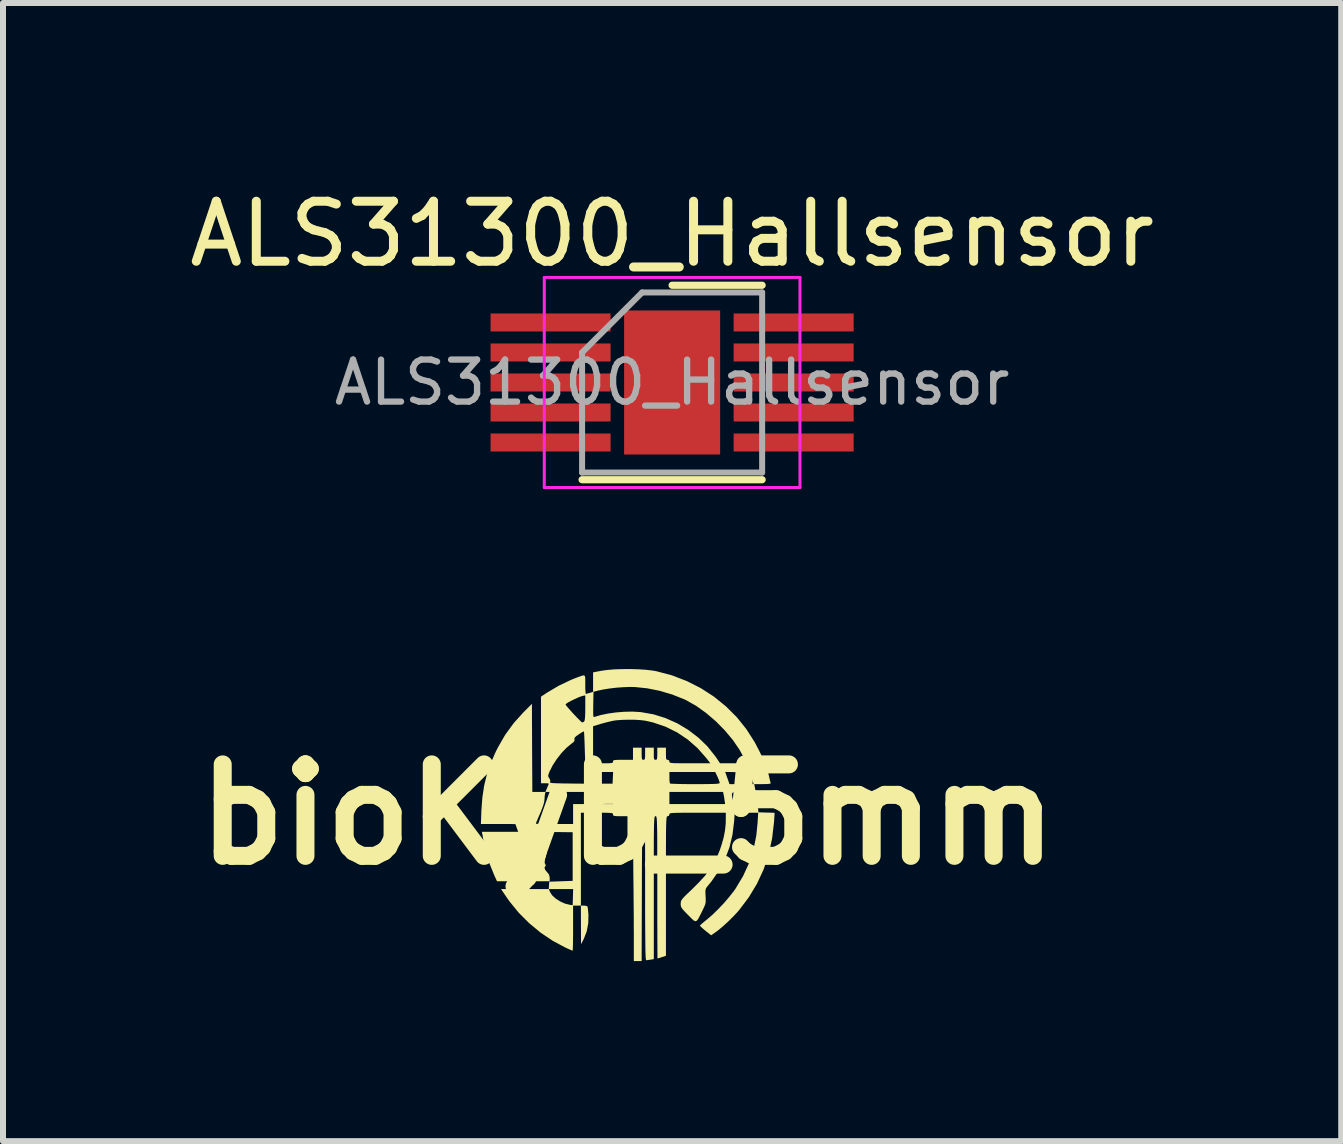
<source format=kicad_pcb>
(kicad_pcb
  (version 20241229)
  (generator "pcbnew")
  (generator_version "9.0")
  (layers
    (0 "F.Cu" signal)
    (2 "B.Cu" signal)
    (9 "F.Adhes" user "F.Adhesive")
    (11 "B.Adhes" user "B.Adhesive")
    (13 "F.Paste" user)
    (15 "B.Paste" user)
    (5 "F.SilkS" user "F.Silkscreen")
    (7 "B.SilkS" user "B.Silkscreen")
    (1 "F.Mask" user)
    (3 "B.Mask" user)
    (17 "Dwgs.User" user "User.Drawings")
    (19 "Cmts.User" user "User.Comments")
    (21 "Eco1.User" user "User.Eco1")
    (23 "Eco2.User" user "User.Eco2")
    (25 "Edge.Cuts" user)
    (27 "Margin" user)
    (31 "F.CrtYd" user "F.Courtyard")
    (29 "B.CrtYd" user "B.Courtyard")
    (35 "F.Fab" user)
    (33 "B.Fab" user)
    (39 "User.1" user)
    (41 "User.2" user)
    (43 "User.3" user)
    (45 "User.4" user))
  (footprint "bioKyb_5mm"
    (layer "F.Cu")
    (at 7.41 10.521)
    (property "Reference" "bioKyb_5mm" (at 0 0 0) (layer "F.SilkS") (effects (font (size 1.524 1.524) (thickness 0.3))))
    (attr board_only exclude_from_pos_files exclude_from_bom)
    (fp_poly (pts (xy -0.695 1.522) (xy -0.673 1.531) (xy -0.672 1.532) (xy -0.667 1.552) (xy -0.662 1.594) (xy -0.657 1.648) (xy -0.655 1.667) (xy -0.658 1.81) (xy -0.684 1.948) (xy -0.733 2.074) (xy -0.737 2.082) (xy -0.779 2.161) (xy -0.781 1.518) (xy -0.731 1.518)) (stroke (width 0) (type solid)) (fill yes) (layer "F.SilkS"))
    (fp_poly (pts (xy 0.178 -2.419) (xy 0.304 -2.411) (xy 0.413 -2.398) (xy 0.477 -2.387) (xy 0.737 -2.318) (xy 0.984 -2.223) (xy 1.217 -2.105) (xy 1.434 -1.965) (xy 1.634 -1.803) (xy 1.816 -1.622) (xy 1.977 -1.421) (xy 2.116 -1.203) (xy 2.189 -1.063) (xy 2.228 -0.983) (xy 2.255 -0.927) (xy 2.268 -0.889) (xy 2.268 -0.867) (xy 2.253 -0.856) (xy 2.222 -0.852) (xy 2.175 -0.853) (xy 2.139 -0.853) (xy 2.079 -0.852) (xy 2.03 -0.849) (xy 2.001 -0.846) (xy 1.995 -0.843) (xy 2 -0.824) (xy 2.012 -0.789) (xy 2.019 -0.77) (xy 2.042 -0.708) (xy 2.337 -0.708) (xy 2.356 -0.625) (xy 2.367 -0.577) (xy 2.377 -0.539) (xy 2.381 -0.524) (xy 2.378 -0.515) (xy 2.355 -0.51) (xy 2.311 -0.507) (xy 2.248 -0.506) (xy 2.107 -0.506) (xy 2.116 -0.461) (xy 2.123 -0.423) (xy 2.125 -0.396) (xy 2.131 -0.386) (xy 2.153 -0.38) (xy 2.195 -0.377) (xy 2.261 -0.376) (xy 2.268 -0.376) (xy 2.41 -0.376) (xy 2.419 -0.309) (xy 2.428 -0.246) (xy 2.429 -0.207) (xy 2.419 -0.185) (xy 2.392 -0.176) (xy 2.344 -0.173) (xy 2.298 -0.173) (xy 2.167 -0.173) (xy 2.171 -0.105) (xy 2.176 -0.036) (xy 2.311 -0.032) (xy 2.447 -0.028) (xy 2.437 0.127) (xy 2.405 0.4) (xy 2.348 0.663) (xy 2.264 0.914) (xy 2.154 1.152) (xy 2.018 1.378) (xy 1.858 1.59) (xy 1.83 1.623) (xy 1.755 1.703) (xy 1.671 1.786) (xy 1.585 1.864) (xy 1.504 1.932) (xy 1.442 1.977) (xy 1.389 2.013) (xy 1.294 1.937) (xy 1.251 1.901) (xy 1.219 1.872) (xy 1.204 1.854) (xy 1.203 1.851) (xy 1.215 1.837) (xy 1.245 1.811) (xy 1.288 1.775) (xy 1.318 1.751) (xy 1.41 1.672) (xy 1.507 1.577) (xy 1.604 1.475) (xy 1.693 1.371) (xy 1.769 1.274) (xy 1.795 1.237) (xy 1.922 1.025) (xy 2.022 0.808) (xy 2.095 0.584) (xy 2.142 0.349) (xy 2.163 0.137) (xy 2.173 -0.029) (xy 1.782 -0.029) (xy 1.773 0.108) (xy 1.745 0.336) (xy 1.695 0.547) (xy 1.62 0.746) (xy 1.52 0.934) (xy 1.393 1.117) (xy 1.329 1.195) (xy 1.31 1.219) (xy 1.299 1.242) (xy 1.294 1.271) (xy 1.294 1.316) (xy 1.297 1.361) (xy 1.299 1.417) (xy 1.298 1.458) (xy 1.292 1.493) (xy 1.277 1.532) (xy 1.253 1.583) (xy 1.239 1.612) (xy 1.201 1.688) (xy 1.173 1.741) (xy 1.149 1.771) (xy 1.127 1.779) (xy 1.1 1.767) (xy 1.065 1.736) (xy 1.017 1.687) (xy 1.005 1.675) (xy 0.953 1.622) (xy 0.918 1.584) (xy 0.897 1.555) (xy 0.886 1.531) (xy 0.882 1.507) (xy 0.882 1.488) (xy 0.883 1.465) (xy 0.887 1.445) (xy 0.897 1.424) (xy 0.917 1.398) (xy 0.948 1.364) (xy 0.995 1.318) (xy 1.06 1.257) (xy 1.064 1.253) (xy 1.184 1.133) (xy 1.284 1.024) (xy 1.365 0.921) (xy 1.432 0.817) (xy 1.487 0.709) (xy 1.534 0.592) (xy 1.559 0.518) (xy 1.597 0.387) (xy 1.62 0.268) (xy 1.632 0.153) (xy 1.633 0.083) (xy 1.634 -0.029) (xy 1.164 -0.029) (xy 1.035 -0.029) (xy 0.932 -0.029) (xy 0.852 -0.028) (xy 0.793 -0.027) (xy 0.75 -0.025) (xy 0.722 -0.022) (xy 0.705 -0.018) (xy 0.697 -0.012) (xy 0.694 -0.005) (xy 0.694 0) (xy 0.684 0.024) (xy 0.665 0.029) (xy 0.66 0.029) (xy 0.655 0.032) (xy 0.651 0.038) (xy 0.648 0.051) (xy 0.645 0.071) (xy 0.643 0.1) (xy 0.641 0.141) (xy 0.639 0.196) (xy 0.638 0.265) (xy 0.637 0.351) (xy 0.637 0.457) (xy 0.636 0.583) (xy 0.636 0.731) (xy 0.636 0.904) (xy 0.636 1.103) (xy 0.636 1.191) (xy 0.636 2.354) (xy 0.568 2.377) (xy 0.529 2.39) (xy 0.502 2.398) (xy 0.496 2.4) (xy 0.495 2.386) (xy 0.495 2.345) (xy 0.494 2.279) (xy 0.494 2.191) (xy 0.493 2.083) (xy 0.493 1.956) (xy 0.492 1.814) (xy 0.492 1.657) (xy 0.492 1.488) (xy 0.492 1.31) (xy 0.492 1.214) (xy 0.492 1.002) (xy 0.491 0.816) (xy 0.491 0.656) (xy 0.491 0.519) (xy 0.491 0.404) (xy 0.49 0.308) (xy 0.489 0.23) (xy 0.487 0.168) (xy 0.486 0.121) (xy 0.484 0.085) (xy 0.481 0.06) (xy 0.478 0.044) (xy 0.475 0.035) (xy 0.47 0.03) (xy 0.466 0.029) (xy 0.463 0.029) (xy 0.457 0.029) (xy 0.453 0.032) (xy 0.449 0.038) (xy 0.446 0.05) (xy 0.443 0.07) (xy 0.441 0.099) (xy 0.439 0.14) (xy 0.437 0.193) (xy 0.436 0.262) (xy 0.435 0.347) (xy 0.434 0.451) (xy 0.434 0.576) (xy 0.434 0.722) (xy 0.434 0.893) (xy 0.434 1.09) (xy 0.434 1.22) (xy 0.434 2.41) (xy 0.379 2.419) (xy 0.339 2.425) (xy 0.31 2.428) (xy 0.307 2.429) (xy 0.304 2.423) (xy 0.301 2.406) (xy 0.298 2.375) (xy 0.296 2.33) (xy 0.294 2.268) (xy 0.293 2.188) (xy 0.292 2.088) (xy 0.291 1.968) (xy 0.29 1.824) (xy 0.289 1.657) (xy 0.289 1.464) (xy 0.289 1.243) (xy 0.289 1.228) (xy 0.289 1.013) (xy 0.289 0.826) (xy 0.289 0.664) (xy 0.288 0.525) (xy 0.288 0.409) (xy 0.287 0.311) (xy 0.286 0.232) (xy 0.285 0.17) (xy 0.283 0.121) (xy 0.281 0.085) (xy 0.278 0.06) (xy 0.275 0.044) (xy 0.272 0.035) (xy 0.268 0.032) (xy 0.264 0.032) (xy 0.259 0.034) (xy 0.255 0.04) (xy 0.252 0.051) (xy 0.249 0.069) (xy 0.246 0.097) (xy 0.244 0.135) (xy 0.242 0.187) (xy 0.241 0.253) (xy 0.24 0.335) (xy 0.239 0.435) (xy 0.238 0.556) (xy 0.237 0.698) (xy 0.236 0.865) (xy 0.235 1.056) (xy 0.235 1.24) (xy 0.231 2.443) (xy 0.101 2.443) (xy 0.101 2.062) (xy 0.101 1.973) (xy 0.1 1.86) (xy 0.1 1.726) (xy 0.099 1.576) (xy 0.097 1.415) (xy 0.096 1.247) (xy 0.094 1.077) (xy 0.092 0.909) (xy 0.092 0.855) (xy 0.082 0.029) (xy -0.082 0.029) (xy -0.153 0.029) (xy -0.2 0.027) (xy -0.227 0.023) (xy -0.241 0.017) (xy -0.245 0.007) (xy -0.246 0) (xy -0.247 -0.01) (xy -0.253 -0.018) (xy -0.268 -0.023) (xy -0.296 -0.026) (xy -0.34 -0.028) (xy -0.405 -0.029) (xy -0.495 -0.029) (xy -0.513 -0.029) (xy -0.781 -0.029) (xy -0.781 1.518) (xy -0.911 1.518) (xy -0.911 1.894) (xy -0.911 1.995) (xy -0.912 2.085) (xy -0.913 2.162) (xy -0.915 2.221) (xy -0.917 2.258) (xy -0.919 2.27) (xy -0.935 2.264) (xy -0.97 2.249) (xy -1.019 2.227) (xy -1.035 2.22) (xy -1.247 2.107) (xy -1.451 1.97) (xy -1.643 1.811) (xy -1.818 1.636) (xy -1.971 1.448) (xy -2.01 1.393) (xy -2.112 1.243) (xy -1.317 1.243) (xy -1.316 1.243) (xy -1.296 1.291) (xy -1.26 1.347) (xy -1.202 1.4) (xy -1.13 1.447) (xy -1.05 1.484) (xy -0.97 1.504) (xy -0.961 1.506) (xy -0.918 1.511) (xy -0.914 1.377) (xy -0.91 1.243) (xy -1.316 1.243) (xy -1.317 1.243) (xy -1.308 1.12) (xy -1.113 1.113) (xy -0.918 1.106) (xy -0.918 0.296) (xy -1.26 0.292) (xy -1.601 0.289) (xy -1.61 0.321) (xy -1.619 0.384) (xy -1.611 0.436) (xy -1.592 0.468) (xy -1.565 0.485) (xy -1.52 0.505) (xy -1.467 0.525) (xy -1.404 0.548) (xy -1.366 0.571) (xy -1.348 0.598) (xy -1.349 0.635) (xy -1.357 0.668) (xy -1.376 0.736) (xy -1.384 0.783) (xy -1.383 0.813) (xy -1.374 0.83) (xy -1.366 0.852) (xy -1.373 0.86) (xy -1.387 0.883) (xy -1.379 0.917) (xy -1.349 0.957) (xy -1.344 0.961) (xy -1.313 1) (xy -1.302 1.043) (xy -1.301 1.058) (xy -1.301 1.113) (xy -2.179 1.113) (xy -2.223 1.016) (xy -2.306 0.812) (xy -2.369 0.606) (xy -2.406 0.426) (xy -2.414 0.378) (xy -2.422 0.334) (xy -2.423 0.329) (xy -2.431 0.289) (xy -1.605 0.289) (xy -1.577 0.233) (xy -1.561 0.197) (xy -1.556 0.173) (xy -1.557 0.168) (xy -1.573 0.166) (xy -1.615 0.164) (xy -1.678 0.162) (xy -1.759 0.161) (xy -1.855 0.16) (xy -1.962 0.159) (xy -2.007 0.159) (xy -2.448 0.159) (xy -2.447 0.153) (xy -1.532 0.153) (xy -1.519 0.155) (xy -1.48 0.156) (xy -1.421 0.158) (xy -1.346 0.159) (xy -1.258 0.159) (xy -1.222 0.159) (xy -0.911 0.159) (xy -0.911 -0.173) (xy -0.246 -0.173) (xy 0.694 -0.173) (xy 1.622 -0.173) (xy 1.612 -0.242) (xy 1.605 -0.291) (xy 1.597 -0.332) (xy 1.734 -0.332) (xy 1.74 -0.295) (xy 1.75 -0.246) (xy 1.766 -0.173) (xy 2.158 -0.173) (xy 2.148 -0.263) (xy 2.141 -0.312) (xy 2.135 -0.349) (xy 2.13 -0.365) (xy 2.114 -0.369) (xy 2.075 -0.372) (xy 2.017 -0.375) (xy 1.947 -0.376) (xy 1.929 -0.376) (xy 1.848 -0.376) (xy 1.791 -0.374) (xy 1.756 -0.368) (xy 1.739 -0.355) (xy 1.734 -0.332) (xy 1.597 -0.332) (xy 1.597 -0.332) (xy 1.595 -0.343) (xy 1.587 -0.376) (xy 0.694 -0.376) (xy 0.694 -0.173) (xy -0.246 -0.173) (xy -0.246 -0.376) (xy -1.37 -0.376) (xy -1.379 -0.343) (xy -1.384 -0.308) (xy -1.387 -0.261) (xy -1.388 -0.248) (xy -1.394 -0.2) (xy -1.414 -0.135) (xy -1.447 -0.049) (xy -1.46 -0.019) (xy -1.488 0.045) (xy -1.51 0.098) (xy -1.526 0.136) (xy -1.532 0.153) (xy -1.532 0.153) (xy -2.447 0.153) (xy -2.439 -0.061) (xy -2.423 -0.281) (xy -2.393 -0.481) (xy -2.347 -0.671) (xy -2.283 -0.856) (xy -2.2 -1.045) (xy -2.166 -1.113) (xy -2.042 -1.328) (xy -1.899 -1.524) (xy -1.742 -1.698) (xy -1.597 -1.843) (xy -1.594 -1.11) (xy -1.59 -0.376) (xy -1.372 -0.376) (xy -1.344 -0.442) (xy -1.328 -0.481) (xy -1.317 -0.508) (xy -1.316 -0.514) (xy -1.328 -0.518) (xy -1.361 -0.52) (xy -1.381 -0.52) (xy -1.446 -0.52) (xy -1.446 -0.635) (xy -1.326 -0.635) (xy -1.317 -0.617) (xy -1.309 -0.608) (xy -1.292 -0.572) (xy -1.293 -0.551) (xy -1.296 -0.54) (xy -1.293 -0.533) (xy -1.281 -0.527) (xy -1.256 -0.523) (xy -1.215 -0.521) (xy -1.154 -0.519) (xy -1.069 -0.517) (xy -1.031 -0.517) (xy -0.92 -0.515) (xy -0.796 -0.514) (xy -0.67 -0.513) (xy -0.555 -0.513) (xy -0.506 -0.513) (xy -0.253 -0.513) (xy -0.249 -0.611) (xy -0.248 -0.617) (xy 0.694 -0.617) (xy 0.695 -0.568) (xy 0.699 -0.531) (xy 0.704 -0.516) (xy 0.72 -0.513) (xy 0.762 -0.511) (xy 0.825 -0.509) (xy 0.905 -0.507) (xy 1 -0.506) (xy 1.104 -0.506) (xy 1.123 -0.506) (xy 1.244 -0.506) (xy 1.339 -0.507) (xy 1.412 -0.508) (xy 1.464 -0.51) (xy 1.499 -0.513) (xy 1.52 -0.517) (xy 1.53 -0.522) (xy 1.532 -0.527) (xy 1.526 -0.551) (xy 1.511 -0.591) (xy 1.495 -0.628) (xy 1.457 -0.708) (xy 0.694 -0.708) (xy 0.694 -0.617) (xy -0.248 -0.617) (xy -0.244 -0.708) (xy -0.704 -0.708) (xy -0.704 -0.709) (xy 1.623 -0.709) (xy 1.659 -0.608) (xy 1.695 -0.506) (xy 2.097 -0.506) (xy 2.087 -0.543) (xy 2.077 -0.581) (xy 2.064 -0.629) (xy 2.06 -0.641) (xy 2.042 -0.701) (xy 1.833 -0.705) (xy 1.623 -0.709) (xy -0.704 -0.709) (xy -0.709 -0.853) (xy -0.578 -0.853) (xy -0.412 -0.853) (xy -0.341 -0.853) (xy -0.293 -0.855) (xy -0.265 -0.858) (xy -0.251 -0.865) (xy -0.246 -0.875) (xy -0.246 -0.882) (xy -0.244 -0.894) (xy -0.235 -0.903) (xy -0.215 -0.907) (xy -0.178 -0.91) (xy -0.12 -0.911) (xy -0.08 -0.911) (xy 0.087 -0.911) (xy 0.087 -1.113) (xy 0.231 -1.113) (xy 0.231 -1.012) (xy 0.232 -0.959) (xy 0.236 -0.928) (xy 0.244 -0.914) (xy 0.258 -0.911) (xy 0.26 -0.911) (xy 0.275 -0.913) (xy 0.284 -0.926) (xy 0.288 -0.954) (xy 0.289 -1.004) (xy 0.289 -1.012) (xy 0.289 -1.113) (xy 0.434 -1.113) (xy 0.434 -1.012) (xy 0.434 -0.959) (xy 0.438 -0.928) (xy 0.446 -0.914) (xy 0.46 -0.911) (xy 0.463 -0.911) (xy 0.478 -0.913) (xy 0.487 -0.926) (xy 0.49 -0.954) (xy 0.492 -1.004) (xy 0.492 -1.012) (xy 0.492 -1.113) (xy 0.636 -1.113) (xy 0.636 -1.012) (xy 0.637 -0.959) (xy 0.64 -0.928) (xy 0.648 -0.914) (xy 0.663 -0.911) (xy 0.665 -0.911) (xy 0.689 -0.901) (xy 0.694 -0.882) (xy 0.695 -0.873) (xy 0.7 -0.866) (xy 0.713 -0.861) (xy 0.737 -0.857) (xy 0.776 -0.855) (xy 0.833 -0.854) (xy 0.912 -0.853) (xy 1.015 -0.853) (xy 1.034 -0.853) (xy 1.375 -0.853) (xy 1.306 -0.943) (xy 1.162 -1.106) (xy 1 -1.248) (xy 0.821 -1.368) (xy 0.628 -1.463) (xy 0.422 -1.533) (xy 0.289 -1.563) (xy 0.216 -1.572) (xy 0.123 -1.578) (xy 0.021 -1.579) (xy -0.08 -1.577) (xy -0.172 -1.571) (xy -0.231 -1.564) (xy -0.291 -1.551) (xy -0.364 -1.533) (xy -0.437 -1.513) (xy -0.452 -1.509) (xy -0.578 -1.47) (xy -0.578 -0.853) (xy -0.709 -0.853) (xy -0.715 -1.044) (xy -0.718 -1.14) (xy -0.721 -1.225) (xy -0.724 -1.296) (xy -0.727 -1.349) (xy -0.729 -1.379) (xy -0.73 -1.385) (xy -0.743 -1.38) (xy -0.774 -1.363) (xy -0.815 -1.336) (xy -0.815 -1.336) (xy -0.859 -1.305) (xy -0.883 -1.282) (xy -0.889 -1.263) (xy -0.888 -1.251) (xy -0.888 -1.227) (xy -0.906 -1.204) (xy -0.939 -1.179) (xy -1.021 -1.111) (xy -1.105 -1.023) (xy -1.184 -0.922) (xy -1.252 -0.817) (xy -1.303 -0.716) (xy -1.311 -0.697) (xy -1.324 -0.658) (xy -1.326 -0.635) (xy -1.446 -0.635) (xy -1.446 -1.832) (xy -1.037 -1.832) (xy -1.025 -1.814) (xy -0.998 -1.781) (xy -0.96 -1.738) (xy -0.916 -1.689) (xy -0.87 -1.64) (xy -0.826 -1.595) (xy -0.79 -1.559) (xy -0.766 -1.537) (xy -0.758 -1.533) (xy -0.736 -1.542) (xy -0.726 -1.55) (xy -0.718 -1.571) (xy -0.712 -1.617) (xy -0.709 -1.689) (xy -0.576 -1.689) (xy -0.575 -1.652) (xy -0.571 -1.632) (xy -0.565 -1.624) (xy -0.556 -1.625) (xy -0.553 -1.626) (xy -0.453 -1.656) (xy -0.333 -1.681) (xy -0.199 -1.7) (xy -0.06 -1.711) (xy 0.076 -1.714) (xy 0.202 -1.707) (xy 0.221 -1.705) (xy 0.427 -1.669) (xy 0.629 -1.606) (xy 0.824 -1.519) (xy 1.007 -1.41) (xy 1.176 -1.281) (xy 1.327 -1.135) (xy 1.456 -0.973) (xy 1.472 -0.951) (xy 1.537 -0.853) (xy 1.98 -0.853) (xy 1.955 -0.907) (xy 1.865 -1.074) (xy 1.751 -1.241) (xy 1.616 -1.402) (xy 1.467 -1.553) (xy 1.307 -1.69) (xy 1.141 -1.809) (xy 0.973 -1.904) (xy 0.941 -1.919) (xy 0.742 -1.998) (xy 0.534 -2.06) (xy 0.325 -2.102) (xy 0.122 -2.123) (xy 0.038 -2.125) (xy -0.07 -2.121) (xy -0.187 -2.113) (xy -0.304 -2.099) (xy -0.411 -2.082) (xy -0.499 -2.063) (xy -0.571 -2.044) (xy -0.575 -1.83) (xy -0.576 -1.747) (xy -0.576 -1.689) (xy -0.709 -1.689) (xy -0.709 -1.69) (xy -0.708 -1.776) (xy -0.708 -1.984) (xy -0.75 -1.976) (xy -0.786 -1.965) (xy -0.834 -1.946) (xy -0.888 -1.921) (xy -0.942 -1.895) (xy -0.989 -1.87) (xy -1.022 -1.848) (xy -1.037 -1.834) (xy -1.037 -1.832) (xy -1.446 -1.832) (xy -1.446 -1.963) (xy -1.348 -2.028) (xy -1.151 -2.145) (xy -0.951 -2.24) (xy -0.904 -2.26) (xy -0.826 -2.29) (xy -0.772 -2.31) (xy -0.738 -2.318) (xy -0.718 -2.312) (xy -0.71 -2.289) (xy -0.708 -2.248) (xy -0.708 -2.187) (xy -0.708 -2.169) (xy -0.708 -2.105) (xy -0.705 -2.053) (xy -0.702 -2.02) (xy -0.699 -2.009) (xy -0.681 -2.013) (xy -0.646 -2.023) (xy -0.634 -2.026) (xy -0.578 -2.043) (xy -0.578 -2.368) (xy -0.437 -2.395) (xy -0.34 -2.408) (xy -0.223 -2.418) (xy -0.093 -2.422) (xy 0.043 -2.423)) (stroke (width 0) (type solid)) (fill yes) (layer "F.SilkS")))
  (footprint "ALS31300_Hallsensor"
    (layer "F.Cu")
    (at 8.149 3.323)
    (property "Reference" "ALS31300_Hallsensor" (at 0 -2.475 0) (layer "F.SilkS") (effects (font (size 1 1) (thickness 0.15))))
    (attr smd)
    (fp_line (start -1.5 1.62) (end 1.5 1.62) (stroke (width 0.12) (type solid)) (layer "F.SilkS"))
    (fp_line (start 0 -1.62) (end 1.5 -1.62) (stroke (width 0.12) (type solid)) (layer "F.SilkS"))
    (fp_line (start -2.13 -1.75) (end -2.13 1.75) (stroke (width 0.05) (type solid)) (layer "F.CrtYd"))
    (fp_line (start -2.13 -1.75) (end 2.13 -1.75) (stroke (width 0.05) (type solid)) (layer "F.CrtYd"))
    (fp_line (start -2.13 1.75) (end 2.13 1.75) (stroke (width 0.05) (type solid)) (layer "F.CrtYd"))
    (fp_line (start 2.13 -1.75) (end 2.13 1.75) (stroke (width 0.05) (type solid)) (layer "F.CrtYd"))
    (fp_line (start -1.5 -0.5) (end -0.5 -1.5) (stroke (width 0.1) (type solid)) (layer "F.Fab"))
    (fp_line (start -1.5 1.5) (end -1.5 -0.5) (stroke (width 0.1) (type solid)) (layer "F.Fab"))
    (fp_line (start -0.5 -1.5) (end 1.5 -1.5) (stroke (width 0.1) (type solid)) (layer "F.Fab"))
    (fp_line (start 1.5 -1.5) (end 1.5 1.5) (stroke (width 0.1) (type solid)) (layer "F.Fab"))
    (fp_line (start 1.5 1.5) (end -1.5 1.5) (stroke (width 0.1) (type solid)) (layer "F.Fab"))
    (fp_text user "${REFERENCE}" (at 0 0 0) (layer "F.Fab") (effects (font (size 0.7 0.7) (thickness 0.105))))
    (pad "1" smd rect (at -2.025 -1) (size 2 0.3) (layers "F.Cu" "F.Mask" "F.Paste"))
    (pad "2" smd rect (at -2.025 -0.5) (size 2 0.3) (layers "F.Cu" "F.Mask" "F.Paste"))
    (pad "3" smd rect (at -2.025 0) (size 2 0.3) (layers "F.Cu" "F.Mask" "F.Paste"))
    (pad "4" smd rect (at -2.025 0.5) (size 2 0.3) (layers "F.Cu" "F.Mask" "F.Paste"))
    (pad "5" smd rect (at -2.025 1) (size 2 0.3) (layers "F.Cu" "F.Mask" "F.Paste"))
    (pad "6" smd rect (at 2.025 1) (size 2 0.3) (layers "F.Cu" "F.Mask" "F.Paste"))
    (pad "7" smd rect (at 2.025 0.5) (size 2 0.3) (layers "F.Cu" "F.Mask" "F.Paste"))
    (pad "8" smd rect (at 2.025 0) (size 2 0.3) (layers "F.Cu" "F.Mask" "F.Paste"))
    (pad "9" smd rect (at 2.025 -0.5) (size 2 0.3) (layers "F.Cu" "F.Mask" "F.Paste"))
    (pad "10" smd rect (at 2.025 -1) (size 2 0.3) (layers "F.Cu" "F.Mask" "F.Paste"))
    (pad "11" smd rect (at 0 0) (size 1.6 2.4) (layers "F.Cu" "F.Mask")))
  (gr_rect
    (start -3 -3)
    (end 19.298 15.964)
    (stroke (width 0.1) (type default))
    (fill no)
    (layer "Edge.Cuts")))
</source>
